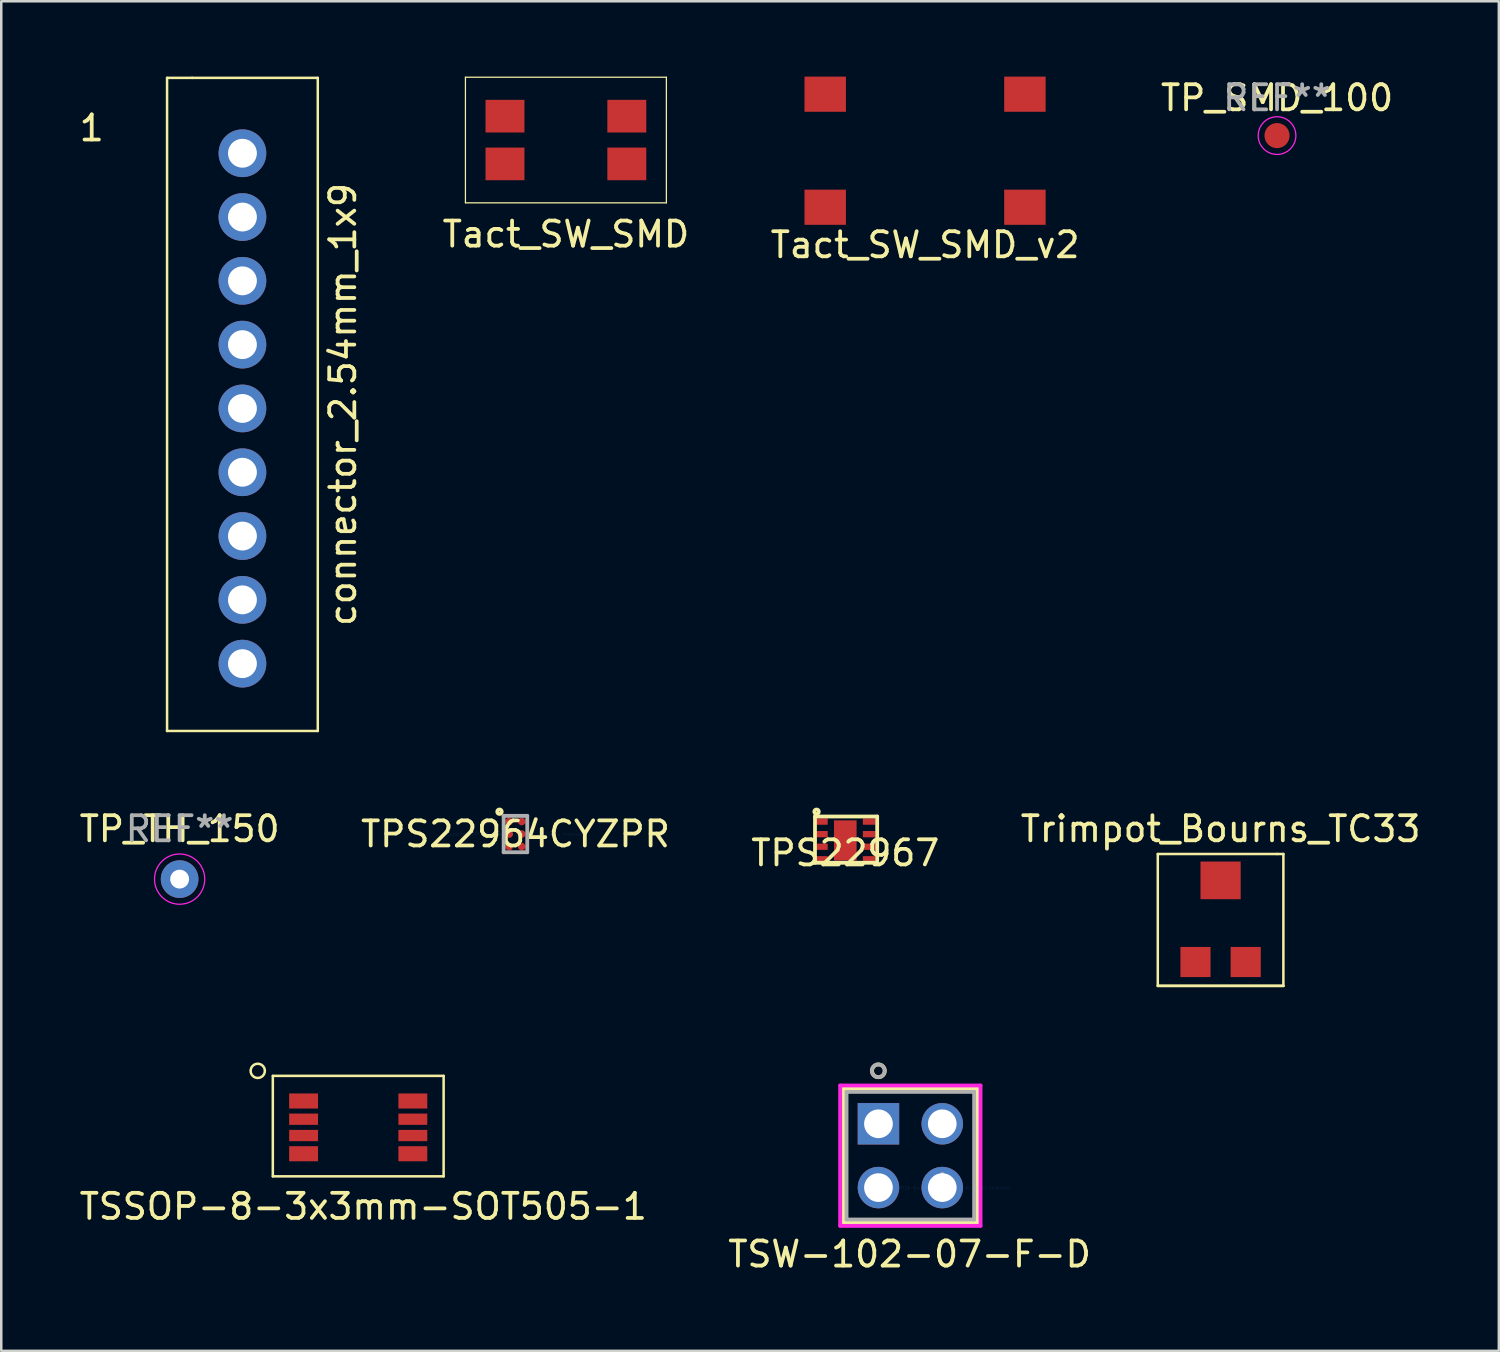
<source format=kicad_pcb>
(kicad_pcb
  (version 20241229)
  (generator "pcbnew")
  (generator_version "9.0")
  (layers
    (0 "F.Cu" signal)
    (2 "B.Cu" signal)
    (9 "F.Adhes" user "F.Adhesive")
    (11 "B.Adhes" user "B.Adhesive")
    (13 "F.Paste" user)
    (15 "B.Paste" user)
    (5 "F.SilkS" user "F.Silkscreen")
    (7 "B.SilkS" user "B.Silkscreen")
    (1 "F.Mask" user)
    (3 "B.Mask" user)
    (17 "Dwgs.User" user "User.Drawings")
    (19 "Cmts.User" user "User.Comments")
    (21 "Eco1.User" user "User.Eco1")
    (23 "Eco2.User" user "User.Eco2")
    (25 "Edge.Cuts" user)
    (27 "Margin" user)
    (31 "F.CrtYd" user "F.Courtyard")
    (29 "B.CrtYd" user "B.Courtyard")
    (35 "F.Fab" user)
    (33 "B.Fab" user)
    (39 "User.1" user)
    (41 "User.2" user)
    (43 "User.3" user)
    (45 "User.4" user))
  (footprint "connector_2.54mm_1x9"
    (layer "F.Cu")
    (at 6.601 3.05)
    (property "Reference" "connector_2.54mm_1x9" (at 4 10 90) (layer "F.SilkS") (effects (font (size 1 1) (thickness 0.15))))
    (attr through_hole)
    (fp_line (start -3 -3) (end -2 -3) (stroke (width 0.1) (type solid)) (layer "F.SilkS"))
    (fp_line (start -3 23) (end -3 -3) (stroke (width 0.1) (type solid)) (layer "F.SilkS"))
    (fp_line (start -2 -3) (end 3 -3) (stroke (width 0.1) (type solid)) (layer "F.SilkS"))
    (fp_line (start 3 -3) (end 3 23) (stroke (width 0.1) (type solid)) (layer "F.SilkS"))
    (fp_line (start 3 23) (end -3 23) (stroke (width 0.1) (type solid)) (layer "F.SilkS"))
    (fp_text user "1" (at -6 -1 0) (layer "F.SilkS") (effects (font (size 1 1) (thickness 0.15))))
    (pad "1" thru_hole circle (at 0 0) (size 1.9 1.9) (drill 1.15) (layers "*.Cu" "*.Mask"))
    (pad "2" thru_hole circle (at 0 2.54) (size 1.9 1.9) (drill 1.15) (layers "*.Cu" "*.Mask"))
    (pad "3" thru_hole circle (at 0 5.08) (size 1.9 1.9) (drill 1.15) (layers "*.Cu" "*.Mask"))
    (pad "4" thru_hole circle (at 0 7.62) (size 1.9 1.9) (drill 1.15) (layers "*.Cu" "*.Mask"))
    (pad "5" thru_hole circle (at 0 10.16) (size 1.9 1.9) (drill 1.15) (layers "*.Cu" "*.Mask"))
    (pad "6" thru_hole circle (at 0 12.7) (size 1.9 1.9) (drill 1.15) (layers "*.Cu" "*.Mask"))
    (pad "7" thru_hole circle (at 0 15.24) (size 1.9 1.9) (drill 1.15) (layers "*.Cu" "*.Mask"))
    (pad "8" thru_hole circle (at 0 17.78) (size 1.9 1.9) (drill 1.15) (layers "*.Cu" "*.Mask"))
    (pad "9" thru_hole circle (at 0 20.32) (size 1.9 1.9) (drill 1.15) (layers "*.Cu" "*.Mask")))
  (footprint "TSSOP-8-3x3mm-SOT505-1"
    (layer "F.Cu")
    (at 11.211 40.781)
    (property "Reference" "TSSOP-8-3x3mm-SOT505-1" (at 0.2 4.2 0) (layer "F.SilkS") (effects (font (size 1 1) (thickness 0.15))))
    (attr through_hole)
    (fp_line (start -3.4 -1) (end -3.4 3) (stroke (width 0.1) (type solid)) (layer "F.SilkS"))
    (fp_line (start -3.4 3) (end 3.4 3) (stroke (width 0.1) (type solid)) (layer "F.SilkS"))
    (fp_line (start 3.4 -1) (end -3.4 -1) (stroke (width 0.1) (type solid)) (layer "F.SilkS"))
    (fp_line (start 3.4 3) (end 3.4 -1) (stroke (width 0.1) (type solid)) (layer "F.SilkS"))
    (fp_circle (center -4 -1.2) (end -3.8 -1) (stroke (width 0.1) (type solid)) (fill no) (layer "F.SilkS"))
    (pad "1" smd rect (at -2.175 0) (size 1.15 0.6) (layers "F.Cu" "F.Mask" "F.Paste"))
    (pad "2" smd rect (at -2.175 0.725) (size 1.15 0.45) (layers "F.Cu" "F.Mask" "F.Paste"))
    (pad "3" smd rect (at -2.175 1.375) (size 1.15 0.45) (layers "F.Cu" "F.Mask" "F.Paste"))
    (pad "4" smd rect (at -2.175 2.1) (size 1.15 0.6) (layers "F.Cu" "F.Mask" "F.Paste"))
    (pad "5" smd rect (at 2.175 2.1) (size 1.15 0.6) (layers "F.Cu" "F.Mask" "F.Paste"))
    (pad "6" smd rect (at 2.175 1.375) (size 1.15 0.45) (layers "F.Cu" "F.Mask" "F.Paste"))
    (pad "7" smd rect (at 2.175 0.725) (size 1.15 0.45) (layers "F.Cu" "F.Mask" "F.Paste"))
    (pad "8" smd rect (at 2.175 0) (size 1.15 0.6) (layers "F.Cu" "F.Mask" "F.Paste")))
  (footprint "TP_TH_150"
    (layer "F.Cu")
    (at 4.101 31.948)
    (property "Reference" "TP_TH_150" (at 0 -2 0) (layer "F.SilkS") (effects (font (size 1 1) (thickness 0.15))))
    (attr through_hole)
    (fp_circle (center 0 0) (end 1 0) (stroke (width 0.05) (type solid)) (fill no) (layer "F.CrtYd"))
    (fp_text user "REF**" (at 0 -2 0) (layer "F.Fab") (effects (font (size 1 1) (thickness 0.15))))
    (pad "1" thru_hole circle (at 0 0) (size 1.5 1.5) (drill 0.75) (layers "*.Cu" "*.Mask")))
  (footprint "TPS22967"
    (layer "F.Cu")
    (at 30.601 30.408)
    (property "Reference" "TPS22967" (at 0 0.5 0) (layer "F.SilkS") (effects (font (size 1 1) (thickness 0.15))))
    (attr through_hole)
    (fp_line (start -1.206 -0.953) (end 1.27 -0.953) (stroke (width 0.15) (type solid)) (layer "F.SilkS"))
    (fp_line (start -1.206 0.889) (end -1.206 -0.953) (stroke (width 0.15) (type solid)) (layer "F.SilkS"))
    (fp_line (start 1.27 -0.953) (end 1.27 0.889) (stroke (width 0.15) (type solid)) (layer "F.SilkS"))
    (fp_line (start 1.27 0.889) (end -1.206 0.889) (stroke (width 0.15) (type solid)) (layer "F.SilkS"))
    (fp_circle (center -1.143 -1.143) (end -1.079 -1.206) (stroke (width 0.15) (type solid)) (fill no) (layer "F.SilkS"))
    (pad "1" smd rect (at -0.95 -0.75) (size 0.5 0.25) (layers "F.Cu" "F.Mask" "F.Paste"))
    (pad "2" smd rect (at -0.95 -0.25) (size 0.5 0.25) (layers "F.Cu" "F.Mask" "F.Paste"))
    (pad "3" smd rect (at -0.95 0.25) (size 0.5 0.25) (layers "F.Cu" "F.Mask" "F.Paste"))
    (pad "4" smd rect (at -0.95 0.75) (size 0.5 0.25) (layers "F.Cu" "F.Mask" "F.Paste"))
    (pad "5" smd rect (at 0.95 0.75) (size 0.5 0.25) (layers "F.Cu" "F.Mask" "F.Paste"))
    (pad "6" smd rect (at 0.95 0.25) (size 0.5 0.25) (layers "F.Cu" "F.Mask" "F.Paste"))
    (pad "7" smd rect (at 0.95 -0.25) (size 0.5 0.25) (layers "F.Cu" "F.Mask" "F.Paste"))
    (pad "8" smd rect (at 0.95 -0.75) (size 0.5 0.25) (layers "F.Cu" "F.Mask" "F.Paste"))
    (pad "9" smd rect (at 0 0) (size 0.9 1.6) (layers "F.Cu" "F.Mask" "F.Paste")))
  (footprint "TP_SMD_100"
    (layer "F.Cu")
    (at 47.789 2.348)
    (property "Reference" "TP_SMD_100" (at 0 -1.5 0) (layer "F.SilkS") (effects (font (size 1 1) (thickness 0.15))))
    (attr through_hole)
    (fp_circle (center 0 0) (end 0.75 0) (stroke (width 0.05) (type solid)) (fill no) (layer "F.CrtYd"))
    (fp_text user "REF**" (at 0 -1.5 0) (layer "F.Fab") (effects (font (size 1 1) (thickness 0.15))))
    (pad "1" smd circle (at 0 0) (size 1 1) (layers "F.Cu" "F.Mask" "F.Paste")))
  (footprint "Trimpot_Bourns_TC33"
    (layer "F.Cu")
    (at 45.542 33.448)
    (property "Reference" "Trimpot_Bourns_TC33" (at 0 -3.5 0) (layer "F.SilkS") (effects (font (size 1 1) (thickness 0.15))))
    (attr through_hole)
    (fp_line (start -2.5 -2.5) (end 2.25 -2.5) (stroke (width 0.1) (type solid)) (layer "F.SilkS"))
    (fp_line (start -2.5 2.75) (end -2.5 -2.5) (stroke (width 0.1) (type solid)) (layer "F.SilkS"))
    (fp_line (start -2.5 2.75) (end 2.5 2.75) (stroke (width 0.1) (type solid)) (layer "F.SilkS"))
    (fp_line (start 2.25 -2.5) (end 2.5 -2.5) (stroke (width 0.1) (type solid)) (layer "F.SilkS"))
    (fp_line (start 2.5 2.75) (end -2.5 2.75) (stroke (width 0.1) (type solid)) (layer "F.SilkS"))
    (fp_line (start 2.5 2.75) (end 2.5 -2.5) (stroke (width 0.1) (type solid)) (layer "F.SilkS"))
    (pad "1" smd rect (at -1 1.8) (size 1.2 1.2) (layers "F.Cu" "F.Mask" "F.Paste"))
    (pad "2" smd rect (at 0 -1.45) (size 1.6 1.5) (layers "F.Cu" "F.Mask" "F.Paste"))
    (pad "3" smd rect (at 1 1.8) (size 1.2 1.2) (layers "F.Cu" "F.Mask" "F.Paste")))
  (footprint "Tact_SW_SMD_v2"
    (layer "F.Cu")
    (at 33.777 2.95)
    (property "Reference" "Tact_SW_SMD_v2" (at 0 3.75 0) (layer "F.SilkS") (effects (font (size 1 1) (thickness 0.15))))
    (attr through_hole)
    (pad "1" smd rect (at -3.975 -2.25) (size 1.65 1.4) (layers "F.Cu" "F.Mask" "F.Paste"))
    (pad "2" smd rect (at 3.975 -2.25) (size 1.65 1.4) (layers "F.Cu" "F.Mask" "F.Paste"))
    (pad "3" smd rect (at -3.975 2.25) (size 1.65 1.4) (layers "F.Cu" "F.Mask" "F.Paste"))
    (pad "4" smd rect (at 3.975 2.25) (size 1.65 1.4) (layers "F.Cu" "F.Mask" "F.Paste")))
  (footprint "TSW-102-07-F-D"
    (layer "F.Cu")
    (at 34.461 44.228)
    (property "Reference" "TSW-102-07-F-D" (at -1.3 2.65 0) (layer "F.SilkS") (effects (font (size 1 1) (thickness 0.15))))
    (attr through_hole)
    (fp_line (start -3.937 -3.937) (end -3.937 1.397) (stroke (width 0.152) (type solid)) (layer "F.SilkS"))
    (fp_line (start -3.937 1.397) (end 1.397 1.397) (stroke (width 0.152) (type solid)) (layer "F.SilkS"))
    (fp_line (start 1.397 -3.937) (end -3.937 -3.937) (stroke (width 0.152) (type solid)) (layer "F.SilkS"))
    (fp_line (start 1.397 1.397) (end 1.397 -3.937) (stroke (width 0.152) (type solid)) (layer "F.SilkS"))
    (fp_circle (center -2.54 -4.648) (end -2.286 -4.648) (stroke (width 0.152) (type solid)) (fill no) (layer "F.SilkS"))
    (fp_line (start -4.064 -4.064) (end -4.064 1.524) (stroke (width 0.152) (type solid)) (layer "F.CrtYd"))
    (fp_line (start -4.064 1.524) (end 1.524 1.524) (stroke (width 0.152) (type solid)) (layer "F.CrtYd"))
    (fp_line (start 1.524 -4.064) (end -4.064 -4.064) (stroke (width 0.152) (type solid)) (layer "F.CrtYd"))
    (fp_line (start 1.524 1.524) (end 1.524 -4.064) (stroke (width 0.152) (type solid)) (layer "F.CrtYd"))
    (fp_line (start -3.81 -3.81) (end -3.81 1.27) (stroke (width 0.152) (type solid)) (layer "F.Fab"))
    (fp_line (start -3.81 1.27) (end 1.27 1.27) (stroke (width 0.152) (type solid)) (layer "F.Fab"))
    (fp_line (start 1.27 -3.81) (end -3.81 -3.81) (stroke (width 0.152) (type solid)) (layer "F.Fab"))
    (fp_line (start 1.27 1.27) (end 1.27 -3.81) (stroke (width 0.152) (type solid)) (layer "F.Fab"))
    (fp_circle (center -2.55 -4.65) (end -2.296 -4.65) (stroke (width 0.152) (type solid)) (fill no) (layer "F.Fab"))
    (fp_text user "Copyright 2016 Accelerated Designs. All rights reserved." (at 0 0 0) (layer "Cmts.User") (effects (font (size 0.127 0.127) (thickness 0.002))))
    (fp_text user "*" (at 0 0 0) (layer "F.Fab") (effects (font (size 1 1) (thickness 0.15))))
    (pad "1" thru_hole rect (at -2.54 -2.54) (size 1.651 1.651) (drill 1.143) (layers "*.Cu" "*.Mask"))
    (pad "2" thru_hole circle (at -2.54 0) (size 1.651 1.651) (drill 1.143) (layers "*.Cu" "*.Mask"))
    (pad "3" thru_hole circle (at 0 -2.54) (size 1.651 1.651) (drill 1.143) (layers "*.Cu" "*.Mask"))
    (pad "4" thru_hole circle (at 0 0) (size 1.651 1.651) (drill 1.143) (layers "*.Cu" "*.Mask")))
  (footprint "Tact_SW_SMD"
    (layer "F.Cu")
    (at 19.479 2.525)
    (property "Reference" "Tact_SW_SMD" (at 0 3.75 0) (layer "F.SilkS") (effects (font (size 1 1) (thickness 0.15))))
    (attr through_hole)
    (fp_line (start -4 -2.5) (end 4 -2.5) (stroke (width 0.05) (type solid)) (layer "F.SilkS"))
    (fp_line (start -4 2.5) (end -4 -2.5) (stroke (width 0.05) (type solid)) (layer "F.SilkS"))
    (fp_line (start 4 -2.5) (end 4 2.5) (stroke (width 0.05) (type solid)) (layer "F.SilkS"))
    (fp_line (start 4 2.5) (end -4 2.5) (stroke (width 0.05) (type solid)) (layer "F.SilkS"))
    (pad "1" smd rect (at -2.425 -0.95) (size 1.55 1.3) (layers "F.Cu" "F.Mask" "F.Paste"))
    (pad "2" smd rect (at 2.425 -0.95) (size 1.55 1.3) (layers "F.Cu" "F.Mask" "F.Paste"))
    (pad "3" smd rect (at -2.425 0.95) (size 1.55 1.3) (layers "F.Cu" "F.Mask" "F.Paste"))
    (pad "4" smd rect (at 2.425 0.95) (size 1.55 1.3) (layers "F.Cu" "F.Mask" "F.Paste")))
  (footprint "TPS22964CYZPR"
    (layer "F.Cu")
    (at 17.47 30.154)
    (property "Reference" "TPS22964CYZPR" (at 0 0 0) (layer "F.SilkS") (effects (font (size 1 1) (thickness 0.15))))
    (attr through_hole)
    (fp_circle (center -0.635 -0.889) (end -0.699 -0.953) (stroke (width 0.15) (type solid)) (fill no) (layer "F.SilkS"))
    (fp_line (start -0.47 -0.724) (end -0.47 0.724) (stroke (width 0.152) (type solid)) (layer "F.Fab"))
    (fp_line (start -0.47 0.724) (end 0.47 0.724) (stroke (width 0.152) (type solid)) (layer "F.Fab"))
    (fp_line (start 0.47 -0.724) (end -0.47 -0.724) (stroke (width 0.152) (type solid)) (layer "F.Fab"))
    (fp_line (start 0.47 0.724) (end 0.47 -0.724) (stroke (width 0.152) (type solid)) (layer "F.Fab"))
    (fp_text user "Copyright 2016 Accelerated Designs. All rights reserved." (at 0 0 0) (layer "Cmts.User") (effects (font (size 0.127 0.127) (thickness 0.002))))
    (pad "1" smd circle (at -0.25 -0.5) (size 0.305 0.305) (layers "F.Cu" "F.Mask" "F.Paste"))
    (pad "2" smd circle (at -0.25 0) (size 0.305 0.305) (layers "F.Cu" "F.Mask" "F.Paste"))
    (pad "3" smd circle (at -0.25 0.5) (size 0.305 0.305) (layers "F.Cu" "F.Mask" "F.Paste"))
    (pad "4" smd circle (at 0.25 0.5) (size 0.305 0.305) (layers "F.Cu" "F.Mask" "F.Paste"))
    (pad "5" smd circle (at 0.25 0) (size 0.305 0.305) (layers "F.Cu" "F.Mask" "F.Paste"))
    (pad "6" smd circle (at 0.25 -0.5) (size 0.305 0.305) (layers "F.Cu" "F.Mask" "F.Paste")))
  (gr_rect
    (start -3 -3)
    (end 56.619 50.727)
    (stroke (width 0.1) (type default))
    (fill no)
    (layer "Edge.Cuts")))
</source>
